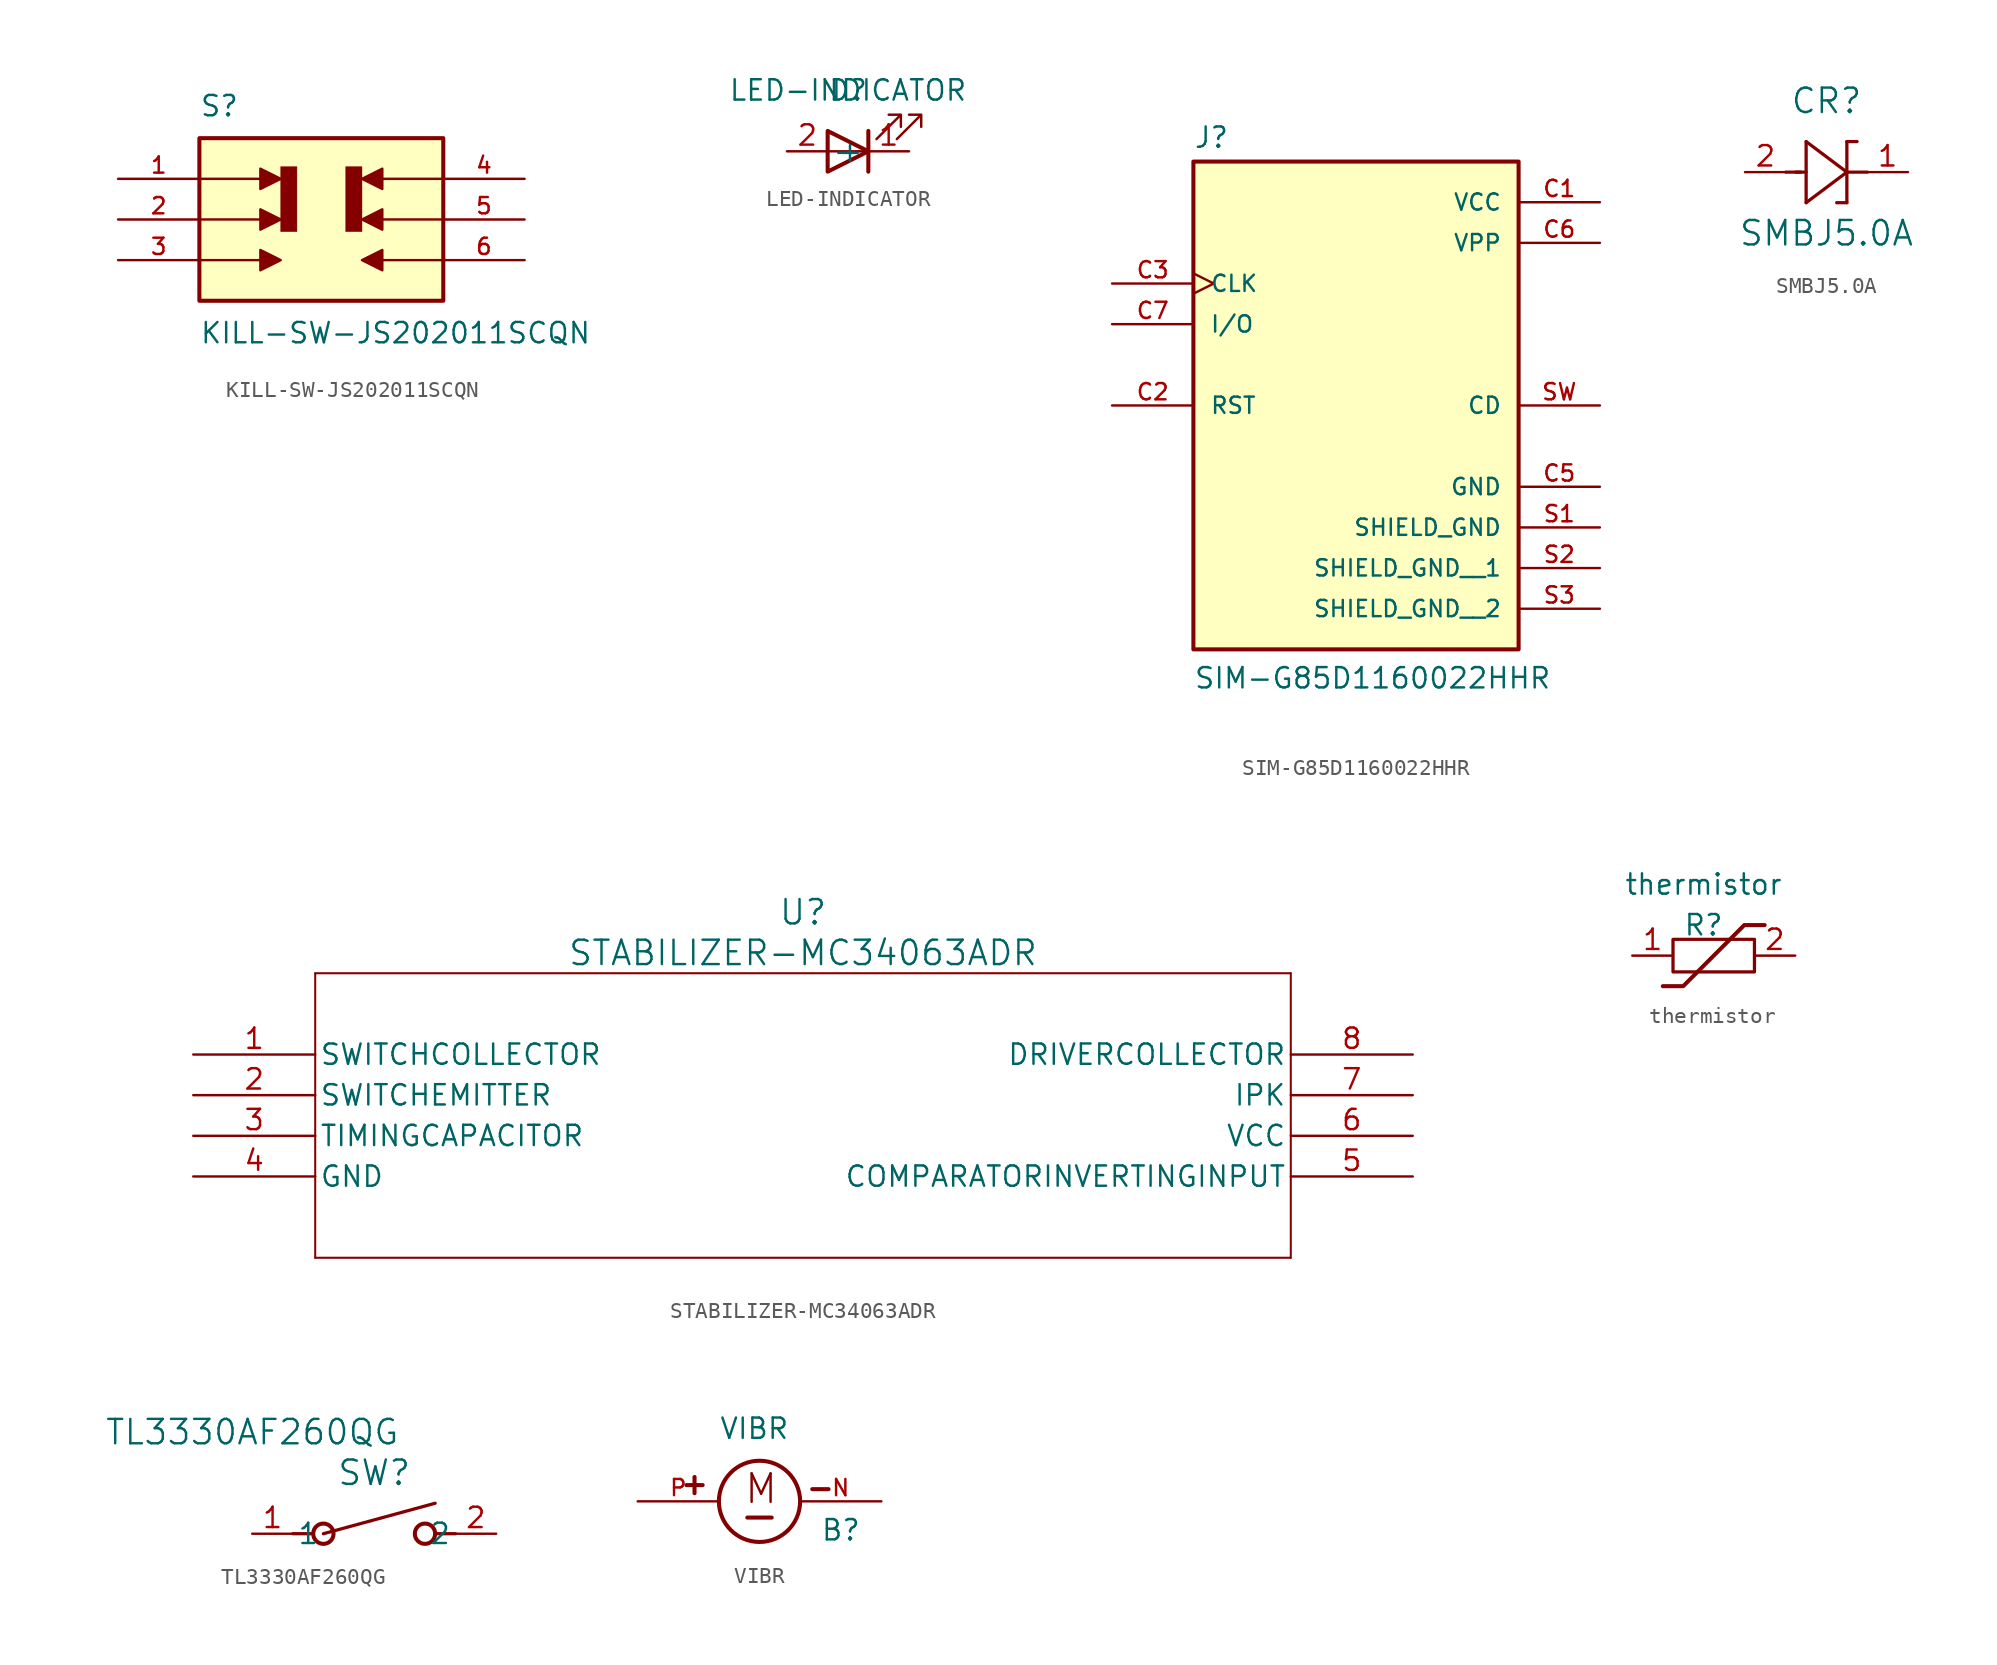
<source format=kicad_sym>
(kicad_symbol_lib
  (version 20211014)
  (generator kicad_symbol_editor)
  (symbol "KILL-SW-JS202011SCQN"
    (pin_names
      (offset 1.016))
    (property "Reference" "S"
      (at -7.62 6.35 0)
      (effects (font (size 1.27 1.27)) (justify left bottom)))
    (property "Value" "KILL-SW-JS202011SCQN"
      (at -7.62 -6.35 0)
      (effects (font (size 1.27 1.27)) (justify left top)))
    (symbol "KILL-SW-JS202011SCQN_0_0"
      (rectangle (start -7.62 -5.08) (end 7.62 5.08) (stroke (width 0.254) (type default) (color 0 0 0 0)) (fill (type background)))
      (polyline (pts (xy -7.62 -2.54) (xy -3.81 -2.54)) (stroke (width 0.152) (type default) (color 0 0 0 0)) (fill (type none)))
      (polyline (pts (xy -7.62 0) (xy -3.81 0)) (stroke (width 0.152) (type default) (color 0 0 0 0)) (fill (type none)))
      (polyline (pts (xy -7.62 2.54) (xy -3.81 2.54)) (stroke (width 0.152) (type default) (color 0 0 0 0)) (fill (type none)))
      (polyline (pts (xy 7.62 -2.54) (xy 3.81 -2.54)) (stroke (width 0.152) (type default) (color 0 0 0 0)) (fill (type none)))
      (polyline (pts (xy 7.62 0) (xy 3.81 0)) (stroke (width 0.152) (type default) (color 0 0 0 0)) (fill (type none)))
      (polyline (pts (xy 7.62 2.54) (xy 3.81 2.54)) (stroke (width 0.152) (type default) (color 0 0 0 0)) (fill (type none)))
      (polyline (pts (xy -3.81 -1.905) (xy -3.81 -3.175) (xy -2.54 -2.54) (xy -3.81 -1.905)) (stroke (width 0.152) (type default) (color 0 0 0 0)) (fill (type outline)))
      (polyline (pts (xy -3.81 0.635) (xy -3.81 -0.635) (xy -2.54 0) (xy -3.81 0.635)) (stroke (width 0.152) (type default) (color 0 0 0 0)) (fill (type outline)))
      (polyline (pts (xy -3.81 3.175) (xy -3.81 1.905) (xy -2.54 2.54) (xy -3.81 3.175)) (stroke (width 0.152) (type default) (color 0 0 0 0)) (fill (type outline)))
      (polyline (pts (xy 3.81 -3.175) (xy 3.81 -1.905) (xy 2.54 -2.54) (xy 3.81 -3.175)) (stroke (width 0.152) (type default) (color 0 0 0 0)) (fill (type outline)))
      (polyline (pts (xy 3.81 -0.635) (xy 3.81 0.635) (xy 2.54 0) (xy 3.81 -0.635)) (stroke (width 0.152) (type default) (color 0 0 0 0)) (fill (type outline)))
      (polyline (pts (xy 3.81 1.905) (xy 3.81 3.175) (xy 2.54 2.54) (xy 3.81 1.905)) (stroke (width 0.152) (type default) (color 0 0 0 0)) (fill (type outline)))
      (polyline (pts (xy -2.54 3.302) (xy -2.54 -0.762) (xy -1.524 -0.762) (xy -1.524 3.302) (xy -2.54 3.302)) (stroke (width 0.025) (type default) (color 0 0 0 0)) (fill (type outline)))
      (polyline (pts (xy 1.524 3.302) (xy 1.524 -0.762) (xy 2.54 -0.762) (xy 2.54 3.302) (xy 1.524 3.302)) (stroke (width 0.025) (type default) (color 0 0 0 0)) (fill (type outline)))
      (pin passive line (at -12.7 2.54 0) (length 5.08) (name "~" (effects (font (size 1.016 1.016)))) (number "1" (effects (font (size 1.016 1.016)))))
      (pin passive line (at -12.7 0 0) (length 5.08) (name "~" (effects (font (size 1.016 1.016)))) (number "2" (effects (font (size 1.016 1.016)))))
      (pin passive line (at -12.7 -2.54 0) (length 5.08) (name "~" (effects (font (size 1.016 1.016)))) (number "3" (effects (font (size 1.016 1.016)))))
      (pin passive line (at 12.7 2.54 180) (length 5.08) (name "~" (effects (font (size 1.016 1.016)))) (number "4" (effects (font (size 1.016 1.016)))))
      (pin passive line (at 12.7 0 180) (length 5.08) (name "~" (effects (font (size 1.016 1.016)))) (number "5" (effects (font (size 1.016 1.016)))))
      (pin passive line (at 12.7 -2.54 180) (length 5.08) (name "~" (effects (font (size 1.016 1.016)))) (number "6" (effects (font (size 1.016 1.016)))))))
  (symbol "LED-INDICATOR"
    (property "Reference" "D"
      (at 0 0 0)
      (effects (font (size 1.27 1.27))))
    (property "Value" "LED-INDICATOR"
      (at 0 0 0)
      (effects (font (size 1.27 1.27))))
    (symbol "LED-INDICATOR_0_1"
      (polyline (pts (xy 1.27 -3.81) (xy -1.27 -3.81)) (stroke (width 0) (type default) (color 0 0 0 0)) (fill (type none)))
      (polyline (pts (xy 1.27 -2.54) (xy 1.27 -5.08)) (stroke (width 0.254) (type default) (color 0 0 0 0)) (fill (type none)))
      (polyline (pts (xy -1.27 -2.54) (xy -1.27 -5.08) (xy 1.27 -3.81) (xy -1.27 -2.54)) (stroke (width 0.254) (type default) (color 0 0 0 0)) (fill (type none)))
      (polyline (pts (xy 1.778 -3.048) (xy 3.302 -1.524) (xy 2.54 -1.524) (xy 3.302 -1.524) (xy 3.302 -2.286)) (stroke (width 0) (type default) (color 0 0 0 0)) (fill (type none)))
      (polyline (pts (xy 3.048 -3.048) (xy 4.572 -1.524) (xy 3.81 -1.524) (xy 4.572 -1.524) (xy 4.572 -2.286)) (stroke (width 0) (type default) (color 0 0 0 0)) (fill (type none))))
    (symbol "LED-INDICATOR_1_1"
      (pin power_in line (at 3.81 -3.81 180) (length 2.54) (name "-" (effects (font (size 1.27 1.27)))) (number "1" (effects (font (size 1.27 1.27)))))
      (pin power_in line (at -3.81 -3.81 0) (length 2.54) (name "+" (effects (font (size 1.27 1.27)))) (number "2" (effects (font (size 1.27 1.27)))))))
  (symbol "SIM-G85D1160022HHR"
    (pin_names
      (offset 1.016))
    (property "Reference" "J"
      (at -10.16 13.462 0)
      (effects (font (size 1.27 1.27)) (justify left bottom)))
    (property "Value" "SIM-G85D1160022HHR"
      (at -10.16 -20.32 0)
      (effects (font (size 1.27 1.27)) (justify left bottom)))
    (symbol "SIM-G85D1160022HHR_0_0"
      (rectangle (start -10.16 -17.78) (end 10.16 12.7) (stroke (width 0.254) (type default) (color 0 0 0 0)) (fill (type background)))
      (pin power_in line (at 15.24 10.16 180) (length 5.08) (name "VCC" (effects (font (size 1.016 1.016)))) (number "C1" (effects (font (size 1.016 1.016)))))
      (pin input line (at -15.24 -2.54 0) (length 5.08) (name "RST" (effects (font (size 1.016 1.016)))) (number "C2" (effects (font (size 1.016 1.016)))))
      (pin input clock (at -15.24 5.08 0) (length 5.08) (name "CLK" (effects (font (size 1.016 1.016)))) (number "C3" (effects (font (size 1.016 1.016)))))
      (pin power_in line (at 15.24 -7.62 180) (length 5.08) (name "GND" (effects (font (size 1.016 1.016)))) (number "C5" (effects (font (size 1.016 1.016)))))
      (pin passive line (at 15.24 7.62 180) (length 5.08) (name "VPP" (effects (font (size 1.016 1.016)))) (number "C6" (effects (font (size 1.016 1.016)))))
      (pin bidirectional line (at -15.24 2.54 0) (length 5.08) (name "I/O" (effects (font (size 1.016 1.016)))) (number "C7" (effects (font (size 1.016 1.016)))))
      (pin power_in line (at 15.24 -10.16 180) (length 5.08) (name "SHIELD_GND" (effects (font (size 1.016 1.016)))) (number "S1" (effects (font (size 1.016 1.016)))))
      (pin power_in line (at 15.24 -12.7 180) (length 5.08) (name "SHIELD_GND__1" (effects (font (size 1.016 1.016)))) (number "S2" (effects (font (size 1.016 1.016)))))
      (pin power_in line (at 15.24 -15.24 180) (length 5.08) (name "SHIELD_GND__2" (effects (font (size 1.016 1.016)))) (number "S3" (effects (font (size 1.016 1.016)))))
      (pin passive line (at 15.24 -2.54 180) (length 5.08) (name "CD" (effects (font (size 1.016 1.016)))) (number "SW" (effects (font (size 1.016 1.016)))))))
  (symbol "SMBJ5.0A"
    (pin_names
      (offset 0.254))
    (property "Reference" "CR"
      (at 5.08 4.445 0)
      (effects (font (size 1.524 1.524))))
    (property "Value" "SMBJ5.0A"
      (at 5.08 -3.81 0)
      (effects (font (size 1.524 1.524))))
    (property "ki_locked" ""
      (at 0 0 0)
      (effects (font (size 1.27 1.27))))
    (symbol "SMBJ5.0A_0_1"
      (polyline (pts (xy 2.54 0) (xy 3.48 0)) (stroke (width 0.203) (type default) (color 0 0 0 0)) (fill (type none)))
      (polyline (pts (xy 3.175 0) (xy 3.81 0)) (stroke (width 0.203) (type default) (color 0 0 0 0)) (fill (type none)))
      (polyline (pts (xy 3.81 -1.905) (xy 6.35 0)) (stroke (width 0.203) (type default) (color 0 0 0 0)) (fill (type none)))
      (polyline (pts (xy 3.81 1.905) (xy 3.81 -1.905)) (stroke (width 0.203) (type default) (color 0 0 0 0)) (fill (type none)))
      (polyline (pts (xy 6.35 -1.905) (xy 5.715 -1.905)) (stroke (width 0.203) (type default) (color 0 0 0 0)) (fill (type none)))
      (polyline (pts (xy 6.35 -1.905) (xy 6.35 1.905)) (stroke (width 0.203) (type default) (color 0 0 0 0)) (fill (type none)))
      (polyline (pts (xy 6.35 0) (xy 3.81 1.905)) (stroke (width 0.203) (type default) (color 0 0 0 0)) (fill (type none)))
      (polyline (pts (xy 6.35 0) (xy 7.62 0)) (stroke (width 0.203) (type default) (color 0 0 0 0)) (fill (type none)))
      (polyline (pts (xy 6.35 1.905) (xy 6.985 1.905)) (stroke (width 0.203) (type default) (color 0 0 0 0)) (fill (type none)))
      (pin unspecified line (at 10.16 0 180) (length 2.54) (name "" (effects (font (size 1.27 1.27)))) (number "1" (effects (font (size 1.27 1.27)))))
      (pin unspecified line (at 0 0 0) (length 2.54) (name "" (effects (font (size 1.27 1.27)))) (number "2" (effects (font (size 1.27 1.27)))))))
  (symbol "STABILIZER-MC34063ADR"
    (pin_names
      (offset 0.254))
    (property "Reference" "U"
      (at 38.1 8.89 0)
      (effects (font (size 1.524 1.524))))
    (property "Value" "STABILIZER-MC34063ADR"
      (at 38.1 6.35 0)
      (effects (font (size 1.524 1.524))))
    (symbol "STABILIZER-MC34063ADR_0_1"
      (polyline (pts (xy 7.62 -12.7) (xy 68.58 -12.7)) (stroke (width 0.127) (type default) (color 0 0 0 0)) (fill (type none)))
      (polyline (pts (xy 7.62 5.08) (xy 7.62 -12.7)) (stroke (width 0.127) (type default) (color 0 0 0 0)) (fill (type none)))
      (polyline (pts (xy 68.58 -12.7) (xy 68.58 5.08)) (stroke (width 0.127) (type default) (color 0 0 0 0)) (fill (type none)))
      (polyline (pts (xy 68.58 5.08) (xy 7.62 5.08)) (stroke (width 0.127) (type default) (color 0 0 0 0)) (fill (type none)))
      (pin unspecified line (at 0 0 0) (length 7.62) (name "SWITCHCOLLECTOR" (effects (font (size 1.27 1.27)))) (number "1" (effects (font (size 1.27 1.27)))))
      (pin unspecified line (at 0 -2.54 0) (length 7.62) (name "SWITCHEMITTER" (effects (font (size 1.27 1.27)))) (number "2" (effects (font (size 1.27 1.27)))))
      (pin unspecified line (at 0 -5.08 0) (length 7.62) (name "TIMINGCAPACITOR" (effects (font (size 1.27 1.27)))) (number "3" (effects (font (size 1.27 1.27)))))
      (pin power_in line (at 0 -7.62 0) (length 7.62) (name "GND" (effects (font (size 1.27 1.27)))) (number "4" (effects (font (size 1.27 1.27)))))
      (pin unspecified line (at 76.2 -7.62 180) (length 7.62) (name "COMPARATORINVERTINGINPUT" (effects (font (size 1.27 1.27)))) (number "5" (effects (font (size 1.27 1.27)))))
      (pin power_in line (at 76.2 -5.08 180) (length 7.62) (name "VCC" (effects (font (size 1.27 1.27)))) (number "6" (effects (font (size 1.27 1.27)))))
      (pin unspecified line (at 76.2 -2.54 180) (length 7.62) (name "IPK" (effects (font (size 1.27 1.27)))) (number "7" (effects (font (size 1.27 1.27)))))
      (pin unspecified line (at 76.2 0 180) (length 7.62) (name "DRIVERCOLLECTOR" (effects (font (size 1.27 1.27)))) (number "8" (effects (font (size 1.27 1.27)))))))
  (symbol "thermistor"
    (property "Reference" "R"
      (at 0 -1.27 0)
      (effects (font (size 1.27 1.27))))
    (property "Value" "thermistor"
      (at 0 1.27 0)
      (effects (font (size 1.27 1.27))))
    (symbol "thermistor_0_1"
      (rectangle (start -1.905 -4.191) (end 3.175 -2.159) (stroke (width 0.203) (type default) (color 0 0 0 0)) (fill (type none)))
      (polyline (pts (xy -2.54 -5.08) (xy -1.27 -5.08) (xy 2.54 -1.27) (xy 3.81 -1.27) (xy 3.81 -1.27)) (stroke (width 0.254) (type default) (color 0 0 0 0)) (fill (type none))))
    (symbol "thermistor_1_1"
      (pin passive line (at -4.445 -3.175 0) (length 2.54) (name "~" (effects (font (size 1.27 1.27)))) (number "1" (effects (font (size 1.27 1.27)))))
      (pin passive line (at 5.715 -3.175 180) (length 2.54) (name "~" (effects (font (size 1.27 1.27)))) (number "2" (effects (font (size 1.27 1.27)))))))
  (symbol "TL3330AF260QG"
    (pin_names
      (offset 0.254))
    (property "Reference" "SW"
      (at 7.62 3.81 0)
      (effects (font (size 1.524 1.524))))
    (property "Value" "TL3330AF260QG"
      (at 0 6.35 0)
      (effects (font (size 1.524 1.524))))
    (symbol "TL3330AF260QG_0_1"
      (polyline (pts (xy 2.54 0) (xy 3.81 0)) (stroke (width 0.203) (type default) (color 0 0 0 0)) (fill (type none)))
      (polyline (pts (xy 4.445 0) (xy 11.43 1.905)) (stroke (width 0.203) (type default) (color 0 0 0 0)) (fill (type none)))
      (polyline (pts (xy 12.7 0) (xy 11.43 0)) (stroke (width 0.203) (type default) (color 0 0 0 0)) (fill (type none)))
      (circle (center 4.445 0) (radius 0.635) (stroke (width 0.254) (type default) (color 0 0 0 0)) (fill (type none)))
      (circle (center 10.795 0) (radius 0.635) (stroke (width 0.254) (type default) (color 0 0 0 0)) (fill (type none)))
      (pin unspecified line (at 0 0 0) (length 2.54) (name "1" (effects (font (size 1.27 1.27)))) (number "1" (effects (font (size 1.27 1.27)))))
      (pin unspecified line (at 15.24 0 180) (length 2.54) (name "2" (effects (font (size 1.27 1.27)))) (number "2" (effects (font (size 1.27 1.27)))))))
  (symbol "VIBR"
    (pin_names
      (offset 1.016))
    (property "Reference" "B"
      (at 3.81 -2.54 0)
      (effects (font (size 1.27 1.27)) (justify left bottom)))
    (property "Value" "VIBR"
      (at -2.54 3.81 0)
      (effects (font (size 1.27 1.27)) (justify left bottom)))
    (symbol "VIBR_0_0"
      (polyline (pts (xy -4.572 1.016) (xy -3.556 1.016)) (stroke (width 0.254) (type default) (color 0 0 0 0)) (fill (type none)))
      (polyline (pts (xy -4.064 1.524) (xy -4.064 0.508)) (stroke (width 0.254) (type default) (color 0 0 0 0)) (fill (type none)))
      (polyline (pts (xy -0.762 -1.016) (xy 0.762 -1.016)) (stroke (width 0.254) (type default) (color 0 0 0 0)) (fill (type none)))
      (polyline (pts (xy 3.302 0.762) (xy 4.318 0.762)) (stroke (width 0.254) (type default) (color 0 0 0 0)) (fill (type none)))
      (circle (center 0 0) (radius 2.54) (stroke (width 0.254) (type default) (color 0 0 0 0)) (fill (type none)))
      (text "M" (at -1.016 -0.254 0) (effects (font (size 1.778 1.778)) (justify left bottom)))
      (pin passive line (at 7.62 0 180) (length 5.08) (name "~" (effects (font (size 1.016 1.016)))) (number "N" (effects (font (size 1.016 1.016)))))
      (pin passive line (at -7.62 0 0) (length 5.08) (name "~" (effects (font (size 1.016 1.016)))) (number "P" (effects (font (size 1.016 1.016))))))))
</source>
